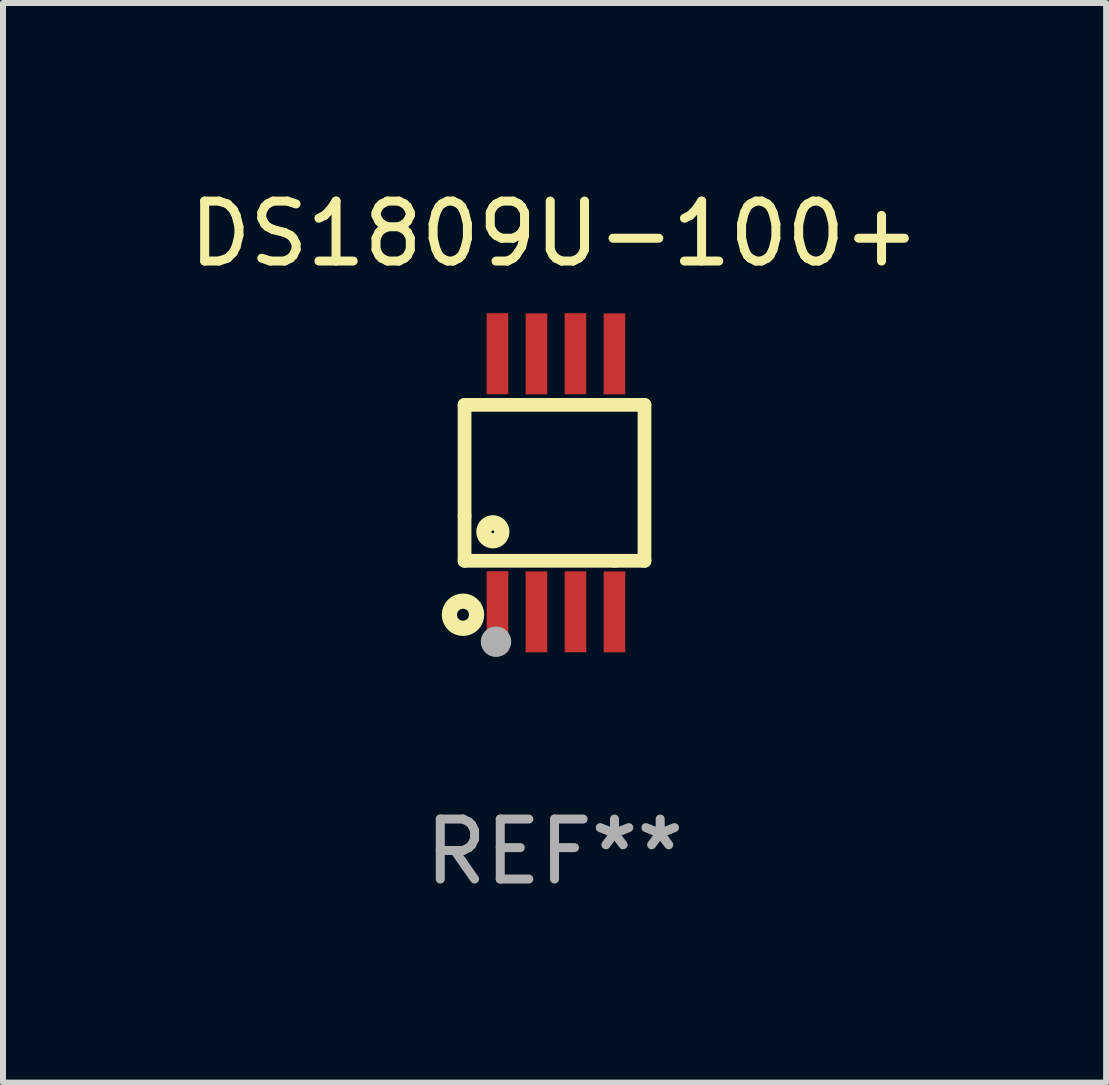
<source format=kicad_pcb>
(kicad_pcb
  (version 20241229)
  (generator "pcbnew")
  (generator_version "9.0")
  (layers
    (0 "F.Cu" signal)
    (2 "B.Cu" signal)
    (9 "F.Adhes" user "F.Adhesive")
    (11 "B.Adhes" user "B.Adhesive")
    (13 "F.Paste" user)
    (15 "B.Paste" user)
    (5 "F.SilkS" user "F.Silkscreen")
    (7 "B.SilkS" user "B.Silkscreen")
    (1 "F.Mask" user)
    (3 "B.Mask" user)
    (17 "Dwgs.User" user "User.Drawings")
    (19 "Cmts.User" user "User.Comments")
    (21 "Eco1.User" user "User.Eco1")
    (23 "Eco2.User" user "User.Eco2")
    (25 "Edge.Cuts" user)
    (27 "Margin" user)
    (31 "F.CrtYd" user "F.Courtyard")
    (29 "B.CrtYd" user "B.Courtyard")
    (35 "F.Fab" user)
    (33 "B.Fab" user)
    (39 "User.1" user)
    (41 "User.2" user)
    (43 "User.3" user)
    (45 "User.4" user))
  (footprint "DS1809U-100+"
    (layer "F.Cu")
    (at 6.196 5)
    (property "Reference" "DS1809U-100+" (at 0 -4.152 0) (layer "F.SilkS") (effects (font (size 1 1) (thickness 0.15))))
    (attr through_hole)
    (fp_line (start -1.5 1.301) (end 1 1.301) (stroke (width 0.229) (type solid)) (layer "F.SilkS"))
    (fp_line (start -1.5 -1.299) (end -1.5 0.551) (stroke (width 0.229) (type solid)) (layer "F.SilkS"))
    (fp_line (start -1.5 0.551) (end -1.5 1.301) (stroke (width 0.229) (type solid)) (layer "F.SilkS"))
    (fp_line (start 1 1.301) (end 1.5 1.301) (stroke (width 0.229) (type solid)) (layer "F.SilkS"))
    (fp_line (start 1.5 1.301) (end 1.5 -1.299) (stroke (width 0.229) (type solid)) (layer "F.SilkS"))
    (fp_line (start 1.5 -1.299) (end -1.5 -1.299) (stroke (width 0.229) (type solid)) (layer "F.SilkS"))
    (fp_circle (center -1.526 2.2) (end -1.426 2.2) (stroke (width 0.254) (type solid)) (fill no) (layer "F.SilkS"))
    (fp_circle (center -1.476 2.45) (end -1.446 2.45) (stroke (width 0.06) (type solid)) (fill no) (layer "F.SilkS"))
    (fp_circle (center -1.028 0.817) (end -0.878 0.817) (stroke (width 0.254) (type solid)) (fill no) (layer "F.SilkS"))
    (fp_circle (center -0.976 2.65) (end -0.849 2.65) (stroke (width 0.254) (type solid)) (fill no) (layer "F.Fab"))
    (fp_text user "REF**" (at 0 6.152 0) (layer "F.Fab") (effects (font (size 1 1) (thickness 0.15))))
    (pad "1" smd rect (at -0.951 2.15) (size 0.36 1.35) (layers "F.Cu" "F.Mask" "F.Paste"))
    (pad "2" smd rect (at -0.301 2.152) (size 0.36 1.35) (layers "F.Cu" "F.Mask" "F.Paste"))
    (pad "3" smd rect (at 0.349 2.151) (size 0.36 1.35) (layers "F.Cu" "F.Mask" "F.Paste"))
    (pad "4" smd rect (at 0.999 2.152) (size 0.36 1.35) (layers "F.Cu" "F.Mask" "F.Paste"))
    (pad "5" smd rect (at 0.999 -2.149) (size 0.36 1.35) (layers "F.Cu" "F.Mask" "F.Paste"))
    (pad "6" smd rect (at 0.349 -2.152) (size 0.36 1.35) (layers "F.Cu" "F.Mask" "F.Paste"))
    (pad "7" smd rect (at -0.301 -2.149) (size 0.36 1.35) (layers "F.Cu" "F.Mask" "F.Paste"))
    (pad "8" smd rect (at -0.951 -2.152) (size 0.36 1.35) (layers "F.Cu" "F.Mask" "F.Paste")))
  (gr_rect
    (start -3 -3)
    (end 15.393 15.001)
    (stroke (width 0.1) (type default))
    (fill no)
    (layer "Edge.Cuts")))
</source>
